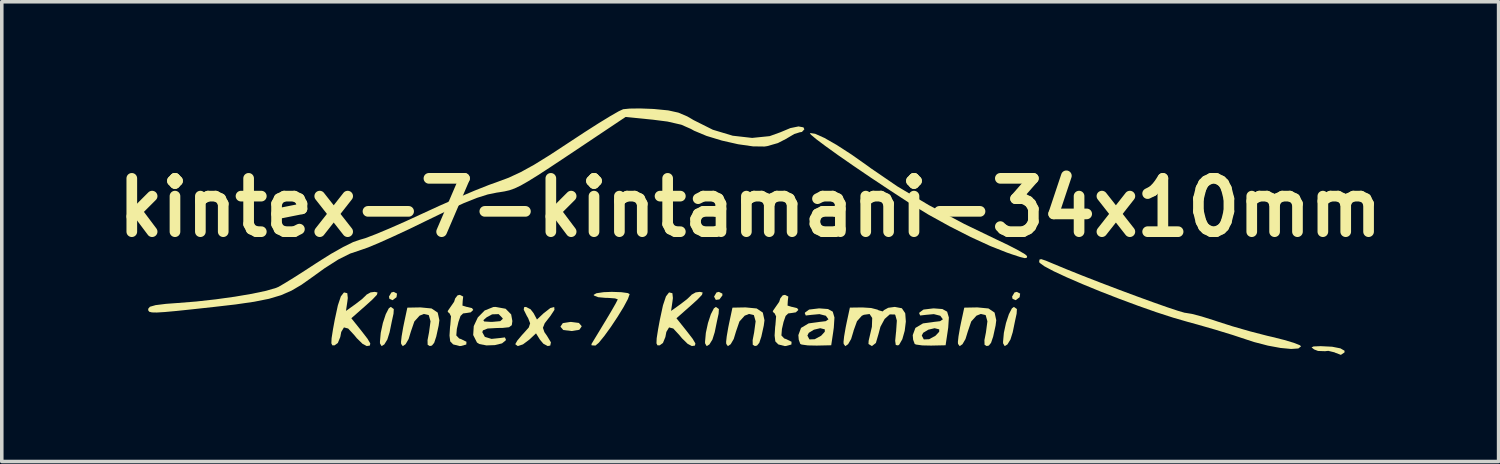
<source format=kicad_pcb>
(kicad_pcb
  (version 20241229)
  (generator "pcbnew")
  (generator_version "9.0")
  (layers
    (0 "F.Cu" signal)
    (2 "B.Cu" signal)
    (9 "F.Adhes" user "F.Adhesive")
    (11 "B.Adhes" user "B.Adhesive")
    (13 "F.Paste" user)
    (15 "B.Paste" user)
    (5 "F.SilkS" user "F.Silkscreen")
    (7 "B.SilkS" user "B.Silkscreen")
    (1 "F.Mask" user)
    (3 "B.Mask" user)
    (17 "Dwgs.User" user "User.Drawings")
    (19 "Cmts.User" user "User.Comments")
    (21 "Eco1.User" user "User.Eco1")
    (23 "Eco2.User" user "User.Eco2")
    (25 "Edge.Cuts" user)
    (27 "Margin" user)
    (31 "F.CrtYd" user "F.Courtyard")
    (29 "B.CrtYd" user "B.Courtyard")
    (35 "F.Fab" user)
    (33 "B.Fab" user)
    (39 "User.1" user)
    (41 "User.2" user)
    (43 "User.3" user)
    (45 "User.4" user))
  (footprint "kintex-7-kintamani-34x10mm"
    (layer "F.Cu")
    (at 18.05 2.788)
    (property "Reference" "kintex-7-kintamani-34x10mm" (at 0 0 0) (layer "F.SilkS") (effects (font (size 1.5 1.5) (thickness 0.3))))
    (attr board_only exclude_from_pos_files exclude_from_bom)
    (fp_poly (pts (xy -9.933 2.42) (xy -9.948 2.522) (xy -10.059 2.605) (xy -10.146 2.568) (xy -10.16 2.505) (xy -10.092 2.388) (xy -10.026 2.371)) (stroke (width 0) (type solid)) (fill yes) (layer "F.SilkS"))
    (fp_poly (pts (xy -0.783 2.42) (xy -0.781 2.471) (xy -0.866 2.583) (xy -0.967 2.597) (xy -1.016 2.505) (xy -0.948 2.388) (xy -0.882 2.371)) (stroke (width 0) (type solid)) (fill yes) (layer "F.SilkS"))
    (fp_poly (pts (xy 7.593 2.42) (xy 7.578 2.522) (xy 7.467 2.605) (xy 7.38 2.568) (xy 7.366 2.505) (xy 7.434 2.388) (xy 7.5 2.371)) (stroke (width 0) (type solid)) (fill yes) (layer "F.SilkS"))
    (fp_poly (pts (xy -4.818 3.245) (xy -4.742 3.333) (xy -4.741 3.344) (xy -4.806 3.438) (xy -5.011 3.471) (xy -5.038 3.471) (xy -5.257 3.444) (xy -5.333 3.356) (xy -5.334 3.344) (xy -5.27 3.25) (xy -5.065 3.218) (xy -5.038 3.217)) (stroke (width 0) (type solid)) (fill yes) (layer "F.SilkS"))
    (fp_poly (pts (xy 16.367 3.914) (xy 16.601 3.96) (xy 16.717 4.027) (xy 16.716 4.074) (xy 16.614 4.143) (xy 16.45 4.081) (xy 16.437 4.073) (xy 16.26 4.03) (xy 16.169 4.04) (xy 15.971 4.033) (xy 15.861 3.99) (xy 15.789 3.933) (xy 15.846 3.906) (xy 16.044 3.898)) (stroke (width 0) (type solid)) (fill yes) (layer "F.SilkS"))
    (fp_poly (pts (xy -10.024 2.854) (xy -10.032 2.985) (xy -10.078 3.195) (xy -10.133 3.464) (xy -10.142 3.507) (xy -10.206 3.712) (xy -10.291 3.85) (xy -10.368 3.896) (xy -10.412 3.821) (xy -10.414 3.779) (xy -10.391 3.523) (xy -10.331 3.246) (xy -10.25 3) (xy -10.165 2.835) (xy -10.109 2.794)) (stroke (width 0) (type solid)) (fill yes) (layer "F.SilkS"))
    (fp_poly (pts (xy -0.88 2.854) (xy -0.888 2.985) (xy -0.934 3.195) (xy -0.989 3.464) (xy -0.998 3.507) (xy -1.062 3.712) (xy -1.147 3.85) (xy -1.224 3.896) (xy -1.268 3.821) (xy -1.27 3.779) (xy -1.247 3.523) (xy -1.187 3.246) (xy -1.106 3) (xy -1.021 2.835) (xy -0.965 2.794)) (stroke (width 0) (type solid)) (fill yes) (layer "F.SilkS"))
    (fp_poly (pts (xy 7.502 2.854) (xy 7.494 2.985) (xy 7.448 3.195) (xy 7.393 3.464) (xy 7.384 3.507) (xy 7.32 3.712) (xy 7.235 3.85) (xy 7.158 3.896) (xy 7.114 3.821) (xy 7.112 3.779) (xy 7.135 3.523) (xy 7.195 3.246) (xy 7.276 3) (xy 7.361 2.835) (xy 7.417 2.794)) (stroke (width 0) (type solid)) (fill yes) (layer "F.SilkS"))
    (fp_poly (pts (xy -8.962 2.838) (xy -8.789 2.954) (xy -8.742 3.169) (xy -8.762 3.32) (xy -8.83 3.629) (xy -8.888 3.804) (xy -8.951 3.881) (xy -9.011 3.895) (xy -9.072 3.859) (xy -9.075 3.73) (xy -9.033 3.511) (xy -8.991 3.199) (xy -9.04 3.025) (xy -9.178 2.992) (xy -9.299 3.041) (xy -9.446 3.204) (xy -9.543 3.486) (xy -9.607 3.697) (xy -9.692 3.843) (xy -9.771 3.898) (xy -9.817 3.835) (xy -9.821 3.779) (xy -9.804 3.623) (xy -9.761 3.374) (xy -9.732 3.232) (xy -9.643 2.815) (xy -9.274 2.808)) (stroke (width 0) (type solid)) (fill yes) (layer "F.SilkS"))
    (fp_poly (pts (xy 0.182 2.838) (xy 0.355 2.954) (xy 0.402 3.169) (xy 0.382 3.32) (xy 0.314 3.629) (xy 0.256 3.804) (xy 0.193 3.881) (xy 0.133 3.895) (xy 0.072 3.859) (xy 0.069 3.73) (xy 0.111 3.511) (xy 0.153 3.199) (xy 0.104 3.025) (xy -0.034 2.992) (xy -0.155 3.041) (xy -0.302 3.204) (xy -0.399 3.486) (xy -0.463 3.697) (xy -0.548 3.843) (xy -0.627 3.898) (xy -0.673 3.835) (xy -0.677 3.779) (xy -0.66 3.623) (xy -0.617 3.374) (xy -0.588 3.232) (xy -0.499 2.815) (xy -0.13 2.808)) (stroke (width 0) (type solid)) (fill yes) (layer "F.SilkS"))
    (fp_poly (pts (xy 6.702 2.838) (xy 6.874 2.954) (xy 6.921 3.169) (xy 6.902 3.32) (xy 6.834 3.629) (xy 6.775 3.804) (xy 6.713 3.881) (xy 6.652 3.895) (xy 6.592 3.859) (xy 6.588 3.73) (xy 6.631 3.511) (xy 6.672 3.199) (xy 6.623 3.025) (xy 6.486 2.992) (xy 6.364 3.041) (xy 6.217 3.204) (xy 6.121 3.486) (xy 6.056 3.697) (xy 5.971 3.843) (xy 5.893 3.898) (xy 5.846 3.835) (xy 5.842 3.779) (xy 5.859 3.623) (xy 5.902 3.374) (xy 5.931 3.232) (xy 6.021 2.815) (xy 6.389 2.808)) (stroke (width 0) (type solid)) (fill yes) (layer "F.SilkS"))
    (fp_poly (pts (xy -3.627 2.38) (xy -3.444 2.405) (xy -3.39 2.434) (xy -3.439 2.571) (xy -3.56 2.797) (xy -3.729 3.072) (xy -3.918 3.357) (xy -4.103 3.612) (xy -4.256 3.8) (xy -4.351 3.881) (xy -4.353 3.881) (xy -4.461 3.875) (xy -4.465 3.839) (xy -4.403 3.737) (xy -4.278 3.531) (xy -4.114 3.26) (xy -4.074 3.195) (xy -3.911 2.921) (xy -3.788 2.707) (xy -3.728 2.591) (xy -3.725 2.581) (xy -3.801 2.555) (xy -3.988 2.541) (xy -4.064 2.54) (xy -4.276 2.521) (xy -4.394 2.474) (xy -4.403 2.455) (xy -4.326 2.41) (xy -4.124 2.38) (xy -3.895 2.371)) (stroke (width 0) (type solid)) (fill yes) (layer "F.SilkS"))
    (fp_poly (pts (xy 1.828 -2.075) (xy 2.089 -1.958) (xy 2.438 -1.758) (xy 2.857 -1.487) (xy 3.323 -1.158) (xy 3.387 -1.11) (xy 4.136 -0.598) (xy 5.023 -0.069) (xy 6.021 0.461) (xy 6.921 0.895) (xy 7.267 1.06) (xy 7.548 1.206) (xy 7.732 1.314) (xy 7.789 1.367) (xy 7.779 1.413) (xy 7.725 1.423) (xy 7.593 1.391) (xy 7.349 1.311) (xy 7.22 1.266) (xy 6.754 1.082) (xy 6.199 0.827) (xy 5.603 0.524) (xy 5.018 0.201) (xy 4.492 -0.119) (xy 4.487 -0.122) (xy 3.931 -0.485) (xy 3.399 -0.838) (xy 2.909 -1.171) (xy 2.478 -1.47) (xy 2.123 -1.725) (xy 1.86 -1.922) (xy 1.707 -2.05) (xy 1.678 -2.098)) (stroke (width 0) (type solid)) (fill yes) (layer "F.SilkS"))
    (fp_poly (pts (xy -8.072 2.503) (xy -8.086 2.625) (xy -8.093 2.757) (xy -7.972 2.794) (xy -7.964 2.794) (xy -7.824 2.828) (xy -7.789 2.879) (xy -7.86 2.947) (xy -7.961 2.963) (xy -8.075 2.978) (xy -8.147 3.048) (xy -8.205 3.215) (xy -8.251 3.415) (xy -8.266 3.597) (xy -8.186 3.682) (xy -8.131 3.7) (xy -7.98 3.775) (xy -7.985 3.852) (xy -8.139 3.894) (xy -8.173 3.895) (xy -8.354 3.849) (xy -8.437 3.764) (xy -8.457 3.6) (xy -8.442 3.358) (xy -8.434 3.299) (xy -8.415 3.059) (xy -8.463 2.966) (xy -8.479 2.963) (xy -8.511 2.915) (xy -8.437 2.808) (xy -8.328 2.651) (xy -8.297 2.554) (xy -8.229 2.468) (xy -8.165 2.455)) (stroke (width 0) (type solid)) (fill yes) (layer "F.SilkS"))
    (fp_poly (pts (xy -6.177 2.861) (xy -6.092 2.971) (xy -5.997 3.149) (xy -5.808 2.971) (xy -5.621 2.826) (xy -5.512 2.798) (xy -5.505 2.876) (xy -5.621 3.052) (xy -5.623 3.054) (xy -5.778 3.252) (xy -5.83 3.382) (xy -5.788 3.504) (xy -5.718 3.603) (xy -5.605 3.79) (xy -5.623 3.881) (xy -5.695 3.895) (xy -5.817 3.83) (xy -5.913 3.716) (xy -6.024 3.538) (xy -6.214 3.716) (xy -6.391 3.848) (xy -6.536 3.896) (xy -6.603 3.848) (xy -6.604 3.836) (xy -6.551 3.743) (xy -6.418 3.584) (xy -6.372 3.535) (xy -6.227 3.372) (xy -6.189 3.256) (xy -6.243 3.115) (xy -6.284 3.044) (xy -6.369 2.873) (xy -6.36 2.803) (xy -6.307 2.794)) (stroke (width 0) (type solid)) (fill yes) (layer "F.SilkS"))
    (fp_poly (pts (xy 1.072 2.503) (xy 1.058 2.625) (xy 1.051 2.757) (xy 1.172 2.794) (xy 1.18 2.794) (xy 1.32 2.828) (xy 1.355 2.879) (xy 1.284 2.947) (xy 1.183 2.963) (xy 1.069 2.978) (xy 0.997 3.048) (xy 0.939 3.215) (xy 0.893 3.415) (xy 0.878 3.597) (xy 0.958 3.682) (xy 1.013 3.7) (xy 1.164 3.775) (xy 1.159 3.852) (xy 1.005 3.894) (xy 0.971 3.895) (xy 0.79 3.849) (xy 0.707 3.764) (xy 0.687 3.6) (xy 0.702 3.358) (xy 0.71 3.299) (xy 0.729 3.059) (xy 0.681 2.966) (xy 0.665 2.963) (xy 0.633 2.915) (xy 0.707 2.808) (xy 0.816 2.651) (xy 0.847 2.554) (xy 0.915 2.468) (xy 0.979 2.455)) (stroke (width 0) (type solid)) (fill yes) (layer "F.SilkS"))
    (fp_poly (pts (xy -10.481 2.388) (xy -10.499 2.454) (xy -10.627 2.588) (xy -10.797 2.742) (xy -11.218 3.113) (xy -10.943 3.457) (xy -10.763 3.69) (xy -10.685 3.822) (xy -10.698 3.882) (xy -10.785 3.895) (xy -10.904 3.832) (xy -11.065 3.674) (xy -11.133 3.591) (xy -11.307 3.402) (xy -11.426 3.371) (xy -11.502 3.498) (xy -11.529 3.64) (xy -11.598 3.809) (xy -11.691 3.876) (xy -11.753 3.874) (xy -11.78 3.818) (xy -11.774 3.677) (xy -11.734 3.422) (xy -11.685 3.157) (xy -11.597 2.75) (xy -11.513 2.499) (xy -11.431 2.393) (xy -11.417 2.388) (xy -11.332 2.409) (xy -11.318 2.543) (xy -11.329 2.635) (xy -11.369 2.907) (xy -11.106 2.719) (xy -10.921 2.577) (xy -10.803 2.465) (xy -10.793 2.451) (xy -10.677 2.386) (xy -10.559 2.371)) (stroke (width 0) (type solid)) (fill yes) (layer "F.SilkS"))
    (fp_poly (pts (xy -1.337 2.388) (xy -1.355 2.454) (xy -1.483 2.588) (xy -1.653 2.742) (xy -2.074 3.113) (xy -1.799 3.457) (xy -1.619 3.69) (xy -1.541 3.822) (xy -1.554 3.882) (xy -1.641 3.895) (xy -1.76 3.832) (xy -1.921 3.674) (xy -1.989 3.591) (xy -2.163 3.402) (xy -2.282 3.371) (xy -2.358 3.498) (xy -2.385 3.64) (xy -2.454 3.809) (xy -2.547 3.876) (xy -2.609 3.874) (xy -2.636 3.818) (xy -2.63 3.677) (xy -2.59 3.422) (xy -2.541 3.157) (xy -2.453 2.75) (xy -2.369 2.499) (xy -2.287 2.393) (xy -2.273 2.388) (xy -2.188 2.409) (xy -2.174 2.543) (xy -2.185 2.635) (xy -2.225 2.907) (xy -1.962 2.719) (xy -1.777 2.577) (xy -1.659 2.465) (xy -1.649 2.451) (xy -1.533 2.386) (xy -1.415 2.371)) (stroke (width 0) (type solid)) (fill yes) (layer "F.SilkS"))
    (fp_poly (pts (xy 2.189 2.854) (xy 2.322 2.928) (xy 2.37 3.092) (xy 2.352 3.375) (xy 2.333 3.513) (xy 2.279 3.873) (xy 1.871 3.882) (xy 1.622 3.877) (xy 1.449 3.853) (xy 1.409 3.836) (xy 1.366 3.717) (xy 1.356 3.6) (xy 1.609 3.6) (xy 1.666 3.709) (xy 1.815 3.703) (xy 1.995 3.605) (xy 2.098 3.493) (xy 2.099 3.426) (xy 1.97 3.393) (xy 1.793 3.435) (xy 1.648 3.523) (xy 1.609 3.6) (xy 1.356 3.6) (xy 1.355 3.587) (xy 1.43 3.385) (xy 1.643 3.258) (xy 1.942 3.217) (xy 2.123 3.196) (xy 2.201 3.144) (xy 2.201 3.142) (xy 2.128 3.043) (xy 1.948 2.997) (xy 1.718 3.018) (xy 1.564 3.036) (xy 1.536 2.972) (xy 1.541 2.954) (xy 1.657 2.869) (xy 1.923 2.837) (xy 1.953 2.836)) (stroke (width 0) (type solid)) (fill yes) (layer "F.SilkS"))
    (fp_poly (pts (xy 5.406 2.854) (xy 5.539 2.928) (xy 5.588 3.092) (xy 5.57 3.375) (xy 5.55 3.513) (xy 5.496 3.873) (xy 5.089 3.882) (xy 4.839 3.877) (xy 4.666 3.853) (xy 4.627 3.836) (xy 4.583 3.717) (xy 4.573 3.6) (xy 4.826 3.6) (xy 4.883 3.709) (xy 5.033 3.703) (xy 5.212 3.605) (xy 5.316 3.493) (xy 5.317 3.426) (xy 5.187 3.393) (xy 5.01 3.435) (xy 4.865 3.523) (xy 4.826 3.6) (xy 4.573 3.6) (xy 4.572 3.587) (xy 4.647 3.385) (xy 4.86 3.258) (xy 5.159 3.217) (xy 5.34 3.196) (xy 5.419 3.144) (xy 5.419 3.142) (xy 5.346 3.043) (xy 5.165 2.997) (xy 4.935 3.018) (xy 4.781 3.036) (xy 4.753 2.972) (xy 4.759 2.954) (xy 4.874 2.869) (xy 5.14 2.837) (xy 5.171 2.836)) (stroke (width 0) (type solid)) (fill yes) (layer "F.SilkS"))
    (fp_poly (pts (xy -6.879 2.846) (xy -6.723 3.005) (xy -6.689 3.192) (xy -6.705 3.308) (xy -6.783 3.366) (xy -6.965 3.385) (xy -7.112 3.387) (xy -7.385 3.402) (xy -7.516 3.454) (xy -7.535 3.505) (xy -7.463 3.637) (xy -7.276 3.694) (xy -7.052 3.671) (xy -6.898 3.652) (xy -6.87 3.717) (xy -6.875 3.735) (xy -6.98 3.82) (xy -7.184 3.869) (xy -7.419 3.877) (xy -7.617 3.838) (xy -7.684 3.797) (xy -7.791 3.585) (xy -7.775 3.334) (xy -7.697 3.167) (xy -7.505 3.167) (xy -7.482 3.204) (xy -7.319 3.214) (xy -7.253 3.215) (xy -7.029 3.195) (xy -6.96 3.13) (xy -6.964 3.111) (xy -7.074 2.997) (xy -7.258 3.003) (xy -7.41 3.085) (xy -7.505 3.167) (xy -7.697 3.167) (xy -7.66 3.089) (xy -7.469 2.895) (xy -7.226 2.798) (xy -7.165 2.794)) (stroke (width 0) (type solid)) (fill yes) (layer "F.SilkS"))
    (fp_poly (pts (xy 8.317 1.494) (xy 8.52 1.579) (xy 8.906 1.739) (xy 9.36 1.921) (xy 9.857 2.114) (xy 10.369 2.309) (xy 10.869 2.495) (xy 11.331 2.663) (xy 11.728 2.803) (xy 12.032 2.904) (xy 12.218 2.958) (xy 12.254 2.963) (xy 12.42 2.99) (xy 12.695 3.062) (xy 13.028 3.166) (xy 13.147 3.206) (xy 13.566 3.34) (xy 14.061 3.482) (xy 14.544 3.607) (xy 14.671 3.636) (xy 15.017 3.723) (xy 15.292 3.805) (xy 15.459 3.871) (xy 15.494 3.902) (xy 15.419 3.963) (xy 15.216 3.977) (xy 14.919 3.949) (xy 14.561 3.883) (xy 14.176 3.783) (xy 13.97 3.716) (xy 13.568 3.583) (xy 13.077 3.433) (xy 12.576 3.289) (xy 12.316 3.218) (xy 11.901 3.098) (xy 11.422 2.943) (xy 10.903 2.76) (xy 10.367 2.561) (xy 9.838 2.355) (xy 9.341 2.151) (xy 8.898 1.959) (xy 8.535 1.79) (xy 8.274 1.651) (xy 8.141 1.554) (xy 8.128 1.529) (xy 8.136 1.463) (xy 8.185 1.45)) (stroke (width 0) (type solid)) (fill yes) (layer "F.SilkS"))
    (fp_poly (pts (xy 4.266 2.832) (xy 4.358 2.968) (xy 4.362 2.985) (xy 4.378 3.206) (xy 4.346 3.466) (xy 4.279 3.703) (xy 4.192 3.855) (xy 4.158 3.877) (xy 4.095 3.865) (xy 4.078 3.749) (xy 4.102 3.499) (xy 4.104 3.491) (xy 4.125 3.179) (xy 4.081 3.02) (xy 4.065 3.007) (xy 3.926 3.005) (xy 3.782 3.133) (xy 3.663 3.353) (xy 3.608 3.56) (xy 3.535 3.809) (xy 3.425 3.895) (xy 3.422 3.895) (xy 3.327 3.837) (xy 3.332 3.747) (xy 3.423 3.354) (xy 3.432 3.105) (xy 3.358 2.994) (xy 3.198 3.016) (xy 3.139 3.044) (xy 3.004 3.197) (xy 2.908 3.463) (xy 2.903 3.486) (xy 2.839 3.697) (xy 2.754 3.843) (xy 2.675 3.898) (xy 2.629 3.835) (xy 2.625 3.779) (xy 2.642 3.623) (xy 2.685 3.374) (xy 2.714 3.231) (xy 2.804 2.814) (xy 3.156 2.809) (xy 3.402 2.825) (xy 3.581 2.871) (xy 3.609 2.888) (xy 3.727 2.921) (xy 3.765 2.883) (xy 3.882 2.819) (xy 4.067 2.794)) (stroke (width 0) (type solid)) (fill yes) (layer "F.SilkS"))
    (fp_poly (pts (xy -2.755 -2.775) (xy -2.692 -2.771) (xy -2.304 -2.733) (xy -2.019 -2.67) (xy -1.77 -2.564) (xy -1.588 -2.458) (xy -1.051 -2.189) (xy -0.492 -2.021) (xy 0.054 -1.959) (xy 0.547 -2.009) (xy 0.847 -2.117) (xy 1.129 -2.235) (xy 1.359 -2.282) (xy 1.498 -2.256) (xy 1.524 -2.201) (xy 1.455 -2.127) (xy 1.394 -2.117) (xy 1.24 -2.069) (xy 1.042 -1.952) (xy 1.021 -1.938) (xy 0.779 -1.814) (xy 0.479 -1.728) (xy 0.403 -1.717) (xy 0.079 -1.721) (xy -0.34 -1.781) (xy -0.795 -1.884) (xy -1.227 -2.015) (xy -1.577 -2.161) (xy -1.666 -2.211) (xy -1.937 -2.33) (xy -2.325 -2.419) (xy -2.733 -2.471) (xy -3.505 -2.548) (xy -4.567 -1.838) (xy -5.15 -1.449) (xy -5.61 -1.144) (xy -5.969 -0.91) (xy -6.245 -0.739) (xy -6.457 -0.618) (xy -6.626 -0.538) (xy -6.77 -0.487) (xy -6.909 -0.455) (xy -7.062 -0.43) (xy -7.126 -0.421) (xy -7.381 -0.369) (xy -7.681 -0.274) (xy -8.052 -0.126) (xy -8.519 0.086) (xy -9.107 0.37) (xy -9.588 0.604) (xy -10.044 0.816) (xy -10.441 0.994) (xy -10.75 1.123) (xy -10.93 1.186) (xy -11.251 1.294) (xy -11.582 1.459) (xy -11.962 1.701) (xy -12.323 1.961) (xy -12.621 2.172) (xy -12.902 2.337) (xy -13.196 2.465) (xy -13.535 2.566) (xy -13.951 2.649) (xy -14.475 2.725) (xy -15.073 2.794) (xy -15.678 2.86) (xy -16.135 2.908) (xy -16.465 2.938) (xy -16.689 2.952) (xy -16.827 2.949) (xy -16.9 2.931) (xy -16.928 2.898) (xy -16.933 2.85) (xy -16.933 2.849) (xy -16.884 2.79) (xy -16.723 2.744) (xy -16.43 2.708) (xy -16.105 2.684) (xy -15.577 2.642) (xy -15.03 2.581) (xy -14.497 2.507) (xy -14.014 2.425) (xy -13.616 2.341) (xy -13.337 2.26) (xy -13.266 2.23) (xy -13.103 2.135) (xy -12.836 1.971) (xy -12.504 1.759) (xy -12.156 1.532) (xy -11.791 1.303) (xy -11.447 1.109) (xy -11.166 0.97) (xy -10.99 0.909) (xy -10.82 0.859) (xy -10.528 0.747) (xy -10.145 0.587) (xy -9.7 0.391) (xy -9.263 0.19) (xy -8.75 -0.046) (xy -8.23 -0.274) (xy -7.748 -0.478) (xy -7.344 -0.638) (xy -7.118 -0.719) (xy -6.792 -0.84) (xy -6.458 -0.995) (xy -6.083 -1.201) (xy -5.638 -1.476) (xy -5.091 -1.835) (xy -4.662 -2.117) (xy -4.269 -2.368) (xy -3.939 -2.57) (xy -3.697 -2.709) (xy -3.573 -2.766) (xy -3.392 -2.784) (xy -3.1 -2.788)) (stroke (width 0) (type solid)) (fill yes) (layer "F.SilkS")))
  (gr_rect
    (start -3 -3)
    (end 39.1 9.931)
    (stroke (width 0.1) (type default))
    (fill no)
    (layer "Edge.Cuts")))
</source>
